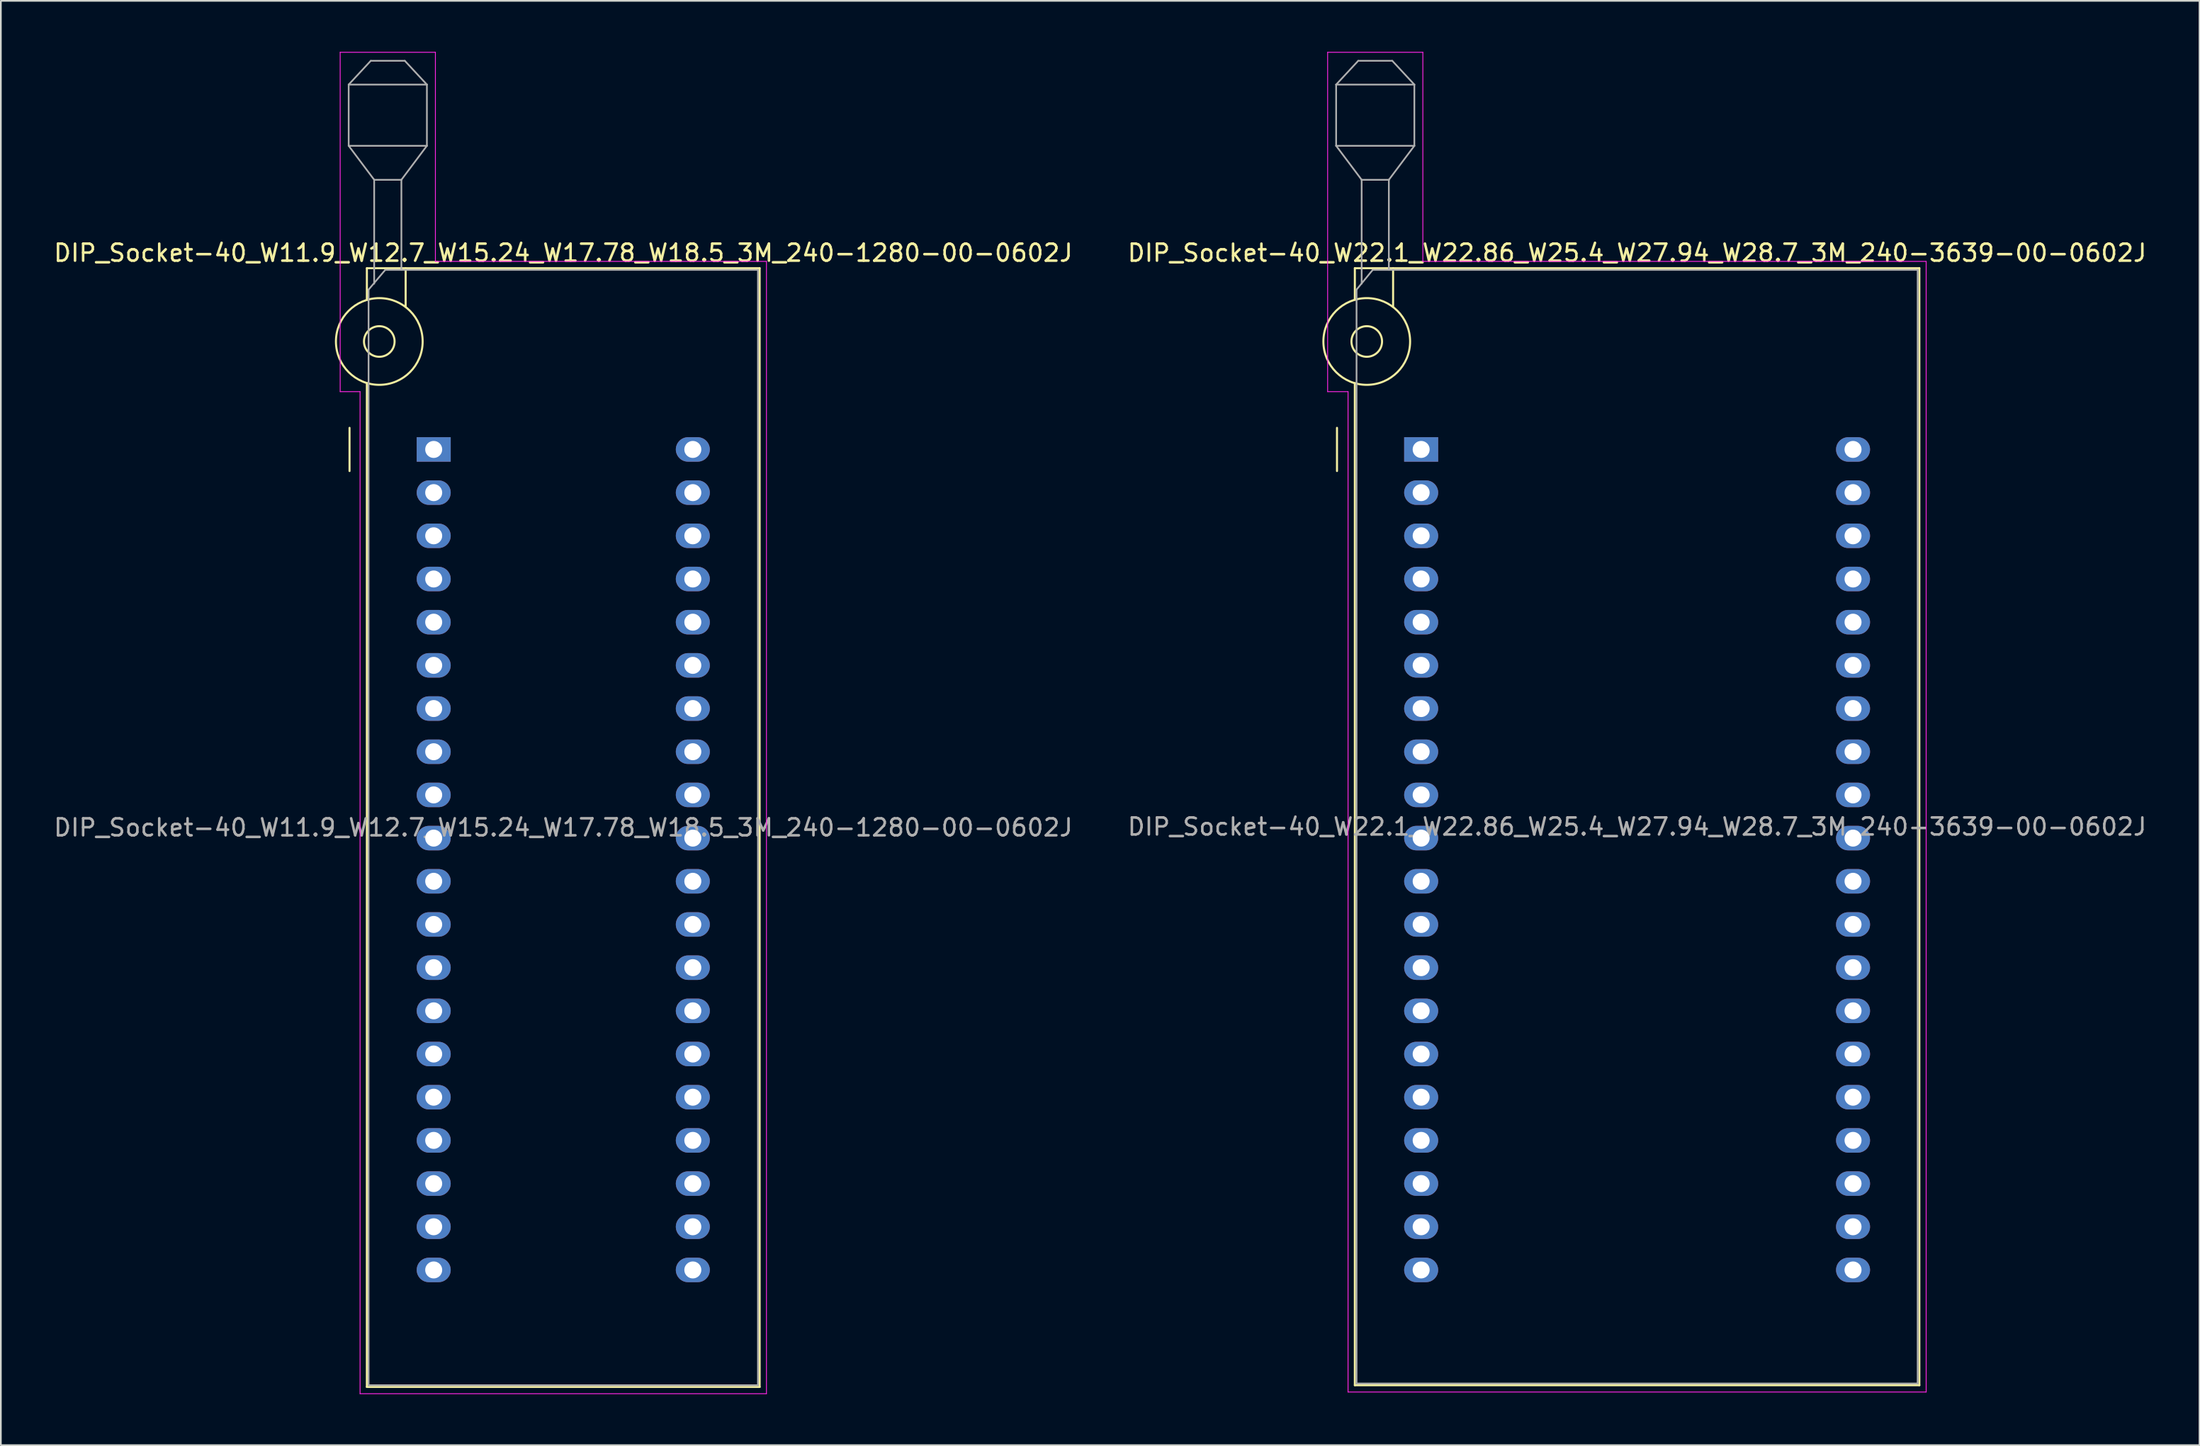
<source format=kicad_pcb>
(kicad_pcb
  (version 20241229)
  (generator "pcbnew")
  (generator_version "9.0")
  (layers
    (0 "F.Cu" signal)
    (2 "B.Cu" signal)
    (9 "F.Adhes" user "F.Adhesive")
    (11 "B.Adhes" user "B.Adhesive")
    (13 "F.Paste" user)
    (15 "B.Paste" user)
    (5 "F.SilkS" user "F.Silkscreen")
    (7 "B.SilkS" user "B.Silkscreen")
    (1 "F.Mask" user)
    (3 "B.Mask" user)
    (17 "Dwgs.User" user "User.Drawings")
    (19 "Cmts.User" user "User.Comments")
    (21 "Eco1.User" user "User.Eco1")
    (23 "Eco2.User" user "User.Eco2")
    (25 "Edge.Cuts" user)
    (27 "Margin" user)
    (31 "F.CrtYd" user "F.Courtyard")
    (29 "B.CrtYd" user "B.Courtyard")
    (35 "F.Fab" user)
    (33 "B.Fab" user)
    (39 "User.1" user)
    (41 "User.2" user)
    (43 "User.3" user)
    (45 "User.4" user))
  (footprint "DIP_Socket-40_W11.9_W12.7_W15.24_W17.78_W18.5_3M_240-1280-00-0602J"
    (layer "F.Cu")
    (at 22.457 23.385)
    (property "Reference" "DIP_Socket-40_W11.9_W12.7_W15.24_W17.78_W18.5_3M_240-1280-00-0602J" (at 7.62 -11.56 0) (layer "F.SilkS") (effects (font (size 1 1) (thickness 0.15))))
    (attr through_hole)
    (fp_line (start -4.95 1.27) (end -4.95 -1.27) (stroke (width 0.12) (type solid)) (layer "F.SilkS"))
    (fp_line (start -3.93 -10.66) (end -3.93 -8.8) (stroke (width 0.12) (type solid)) (layer "F.SilkS"))
    (fp_line (start -3.93 -3.9) (end -3.93 55.14) (stroke (width 0.12) (type solid)) (layer "F.SilkS"))
    (fp_line (start -3.93 55.14) (end 19.17 55.14) (stroke (width 0.12) (type solid)) (layer "F.SilkS"))
    (fp_line (start -1.65 -10.66) (end -1.65 -8.4) (stroke (width 0.12) (type solid)) (layer "F.SilkS"))
    (fp_line (start 19.17 -10.66) (end -3.93 -10.66) (stroke (width 0.12) (type solid)) (layer "F.SilkS"))
    (fp_line (start 19.17 55.14) (end 19.17 -10.66) (stroke (width 0.12) (type solid)) (layer "F.SilkS"))
    (fp_circle (center -3.2 -6.35) (end -2.3 -6.35) (stroke (width 0.12) (type solid)) (fill no) (layer "F.SilkS"))
    (fp_circle (center -3.2 -6.35) (end -0.65 -6.35) (stroke (width 0.12) (type solid)) (fill no) (layer "F.SilkS"))
    (fp_line (start -5.5 -23.36) (end 0.1 -23.36) (stroke (width 0.05) (type solid)) (layer "F.CrtYd"))
    (fp_line (start -5.5 -3.4) (end -5.5 -23.36) (stroke (width 0.05) (type solid)) (layer "F.CrtYd"))
    (fp_line (start -4.33 -3.4) (end -5.5 -3.4) (stroke (width 0.05) (type solid)) (layer "F.CrtYd"))
    (fp_line (start -4.33 55.54) (end -4.33 -3.4) (stroke (width 0.05) (type solid)) (layer "F.CrtYd"))
    (fp_line (start 0.1 -23.36) (end 0.1 -11.06) (stroke (width 0.05) (type solid)) (layer "F.CrtYd"))
    (fp_line (start 0.1 -11.06) (end 19.57 -11.06) (stroke (width 0.05) (type solid)) (layer "F.CrtYd"))
    (fp_line (start 19.57 -11.06) (end 19.57 55.54) (stroke (width 0.05) (type solid)) (layer "F.CrtYd"))
    (fp_line (start 19.57 55.54) (end -4.33 55.54) (stroke (width 0.05) (type solid)) (layer "F.CrtYd"))
    (fp_line (start -5 -21.46) (end -5 -17.86) (stroke (width 0.1) (type solid)) (layer "F.Fab"))
    (fp_line (start -5 -21.46) (end -3.7 -22.86) (stroke (width 0.1) (type solid)) (layer "F.Fab"))
    (fp_line (start -5 -17.86) (end -3.5 -15.86) (stroke (width 0.1) (type solid)) (layer "F.Fab"))
    (fp_line (start -5 -17.86) (end -0.4 -17.86) (stroke (width 0.1) (type solid)) (layer "F.Fab"))
    (fp_line (start -3.83 -9.4) (end -2.85 -10.56) (stroke (width 0.1) (type solid)) (layer "F.Fab"))
    (fp_line (start -3.83 55.04) (end -3.83 -9.4) (stroke (width 0.1) (type solid)) (layer "F.Fab"))
    (fp_line (start -3.7 -22.86) (end -1.7 -22.86) (stroke (width 0.1) (type solid)) (layer "F.Fab"))
    (fp_line (start -3.5 -15.86) (end -1.9 -15.86) (stroke (width 0.1) (type solid)) (layer "F.Fab"))
    (fp_line (start -3.5 -9.75) (end -3.5 -15.86) (stroke (width 0.1) (type solid)) (layer "F.Fab"))
    (fp_line (start -2.85 -10.56) (end 19.07 -10.56) (stroke (width 0.1) (type solid)) (layer "F.Fab"))
    (fp_line (start -1.9 -15.86) (end -1.9 -10.56) (stroke (width 0.1) (type solid)) (layer "F.Fab"))
    (fp_line (start -1.7 -22.86) (end -0.4 -21.46) (stroke (width 0.1) (type solid)) (layer "F.Fab"))
    (fp_line (start -0.4 -21.46) (end -5 -21.46) (stroke (width 0.1) (type solid)) (layer "F.Fab"))
    (fp_line (start -0.4 -17.86) (end -1.9 -15.86) (stroke (width 0.1) (type solid)) (layer "F.Fab"))
    (fp_line (start -0.4 -17.86) (end -0.4 -21.46) (stroke (width 0.1) (type solid)) (layer "F.Fab"))
    (fp_line (start 19.07 -10.56) (end 19.07 55.04) (stroke (width 0.1) (type solid)) (layer "F.Fab"))
    (fp_line (start 19.07 55.04) (end -3.83 55.04) (stroke (width 0.1) (type solid)) (layer "F.Fab"))
    (fp_text user "${REFERENCE}" (at 7.62 22.24 0) (layer "F.Fab") (effects (font (size 1 1) (thickness 0.15))))
    (pad "1" thru_hole rect (at 0 0) (size 2 1.44) (drill 1) (layers "*.Cu" "*.Mask"))
    (pad "2" thru_hole oval (at 0 2.54) (size 2 1.44) (drill 1) (layers "*.Cu" "*.Mask"))
    (pad "3" thru_hole oval (at 0 5.08) (size 2 1.44) (drill 1) (layers "*.Cu" "*.Mask"))
    (pad "4" thru_hole oval (at 0 7.62) (size 2 1.44) (drill 1) (layers "*.Cu" "*.Mask"))
    (pad "5" thru_hole oval (at 0 10.16) (size 2 1.44) (drill 1) (layers "*.Cu" "*.Mask"))
    (pad "6" thru_hole oval (at 0 12.7) (size 2 1.44) (drill 1) (layers "*.Cu" "*.Mask"))
    (pad "7" thru_hole oval (at 0 15.24) (size 2 1.44) (drill 1) (layers "*.Cu" "*.Mask"))
    (pad "8" thru_hole oval (at 0 17.78) (size 2 1.44) (drill 1) (layers "*.Cu" "*.Mask"))
    (pad "9" thru_hole oval (at 0 20.32) (size 2 1.44) (drill 1) (layers "*.Cu" "*.Mask"))
    (pad "10" thru_hole oval (at 0 22.86) (size 2 1.44) (drill 1) (layers "*.Cu" "*.Mask"))
    (pad "11" thru_hole oval (at 0 25.4) (size 2 1.44) (drill 1) (layers "*.Cu" "*.Mask"))
    (pad "12" thru_hole oval (at 0 27.94) (size 2 1.44) (drill 1) (layers "*.Cu" "*.Mask"))
    (pad "13" thru_hole oval (at 0 30.48) (size 2 1.44) (drill 1) (layers "*.Cu" "*.Mask"))
    (pad "14" thru_hole oval (at 0 33.02) (size 2 1.44) (drill 1) (layers "*.Cu" "*.Mask"))
    (pad "15" thru_hole oval (at 0 35.56) (size 2 1.44) (drill 1) (layers "*.Cu" "*.Mask"))
    (pad "16" thru_hole oval (at 0 38.1) (size 2 1.44) (drill 1) (layers "*.Cu" "*.Mask"))
    (pad "17" thru_hole oval (at 0 40.64) (size 2 1.44) (drill 1) (layers "*.Cu" "*.Mask"))
    (pad "18" thru_hole oval (at 0 43.18) (size 2 1.44) (drill 1) (layers "*.Cu" "*.Mask"))
    (pad "19" thru_hole oval (at 0 45.72) (size 2 1.44) (drill 1) (layers "*.Cu" "*.Mask"))
    (pad "20" thru_hole oval (at 0 48.26) (size 2 1.44) (drill 1) (layers "*.Cu" "*.Mask"))
    (pad "21" thru_hole oval (at 15.24 48.26) (size 2 1.44) (drill 1) (layers "*.Cu" "*.Mask"))
    (pad "22" thru_hole oval (at 15.24 45.72) (size 2 1.44) (drill 1) (layers "*.Cu" "*.Mask"))
    (pad "23" thru_hole oval (at 15.24 43.18) (size 2 1.44) (drill 1) (layers "*.Cu" "*.Mask"))
    (pad "24" thru_hole oval (at 15.24 40.64) (size 2 1.44) (drill 1) (layers "*.Cu" "*.Mask"))
    (pad "25" thru_hole oval (at 15.24 38.1) (size 2 1.44) (drill 1) (layers "*.Cu" "*.Mask"))
    (pad "26" thru_hole oval (at 15.24 35.56) (size 2 1.44) (drill 1) (layers "*.Cu" "*.Mask"))
    (pad "27" thru_hole oval (at 15.24 33.02) (size 2 1.44) (drill 1) (layers "*.Cu" "*.Mask"))
    (pad "28" thru_hole oval (at 15.24 30.48) (size 2 1.44) (drill 1) (layers "*.Cu" "*.Mask"))
    (pad "29" thru_hole oval (at 15.24 27.94) (size 2 1.44) (drill 1) (layers "*.Cu" "*.Mask"))
    (pad "30" thru_hole oval (at 15.24 25.4) (size 2 1.44) (drill 1) (layers "*.Cu" "*.Mask"))
    (pad "31" thru_hole oval (at 15.24 22.86) (size 2 1.44) (drill 1) (layers "*.Cu" "*.Mask"))
    (pad "32" thru_hole oval (at 15.24 20.32) (size 2 1.44) (drill 1) (layers "*.Cu" "*.Mask"))
    (pad "33" thru_hole oval (at 15.24 17.78) (size 2 1.44) (drill 1) (layers "*.Cu" "*.Mask"))
    (pad "34" thru_hole oval (at 15.24 15.24) (size 2 1.44) (drill 1) (layers "*.Cu" "*.Mask"))
    (pad "35" thru_hole oval (at 15.24 12.7) (size 2 1.44) (drill 1) (layers "*.Cu" "*.Mask"))
    (pad "36" thru_hole oval (at 15.24 10.16) (size 2 1.44) (drill 1) (layers "*.Cu" "*.Mask"))
    (pad "37" thru_hole oval (at 15.24 7.62) (size 2 1.44) (drill 1) (layers "*.Cu" "*.Mask"))
    (pad "38" thru_hole oval (at 15.24 5.08) (size 2 1.44) (drill 1) (layers "*.Cu" "*.Mask"))
    (pad "39" thru_hole oval (at 15.24 2.54) (size 2 1.44) (drill 1) (layers "*.Cu" "*.Mask"))
    (pad "40" thru_hole oval (at 15.24 0) (size 2 1.44) (drill 1) (layers "*.Cu" "*.Mask")))
  (footprint "DIP_Socket-40_W22.1_W22.86_W25.4_W27.94_W28.7_3M_240-3639-00-0602J"
    (layer "F.Cu")
    (at 80.532 23.385)
    (property "Reference" "DIP_Socket-40_W22.1_W22.86_W25.4_W27.94_W28.7_3M_240-3639-00-0602J" (at 12.7 -11.56 0) (layer "F.SilkS") (effects (font (size 1 1) (thickness 0.15))))
    (attr through_hole)
    (fp_line (start -4.95 1.27) (end -4.95 -1.27) (stroke (width 0.12) (type solid)) (layer "F.SilkS"))
    (fp_line (start -3.9 -10.66) (end -3.9 -8.8) (stroke (width 0.12) (type solid)) (layer "F.SilkS"))
    (fp_line (start -3.9 -3.9) (end -3.9 55.04) (stroke (width 0.12) (type solid)) (layer "F.SilkS"))
    (fp_line (start -3.9 55.04) (end 29.3 55.04) (stroke (width 0.12) (type solid)) (layer "F.SilkS"))
    (fp_line (start -1.65 -10.66) (end -1.65 -8.4) (stroke (width 0.12) (type solid)) (layer "F.SilkS"))
    (fp_line (start 29.3 -10.66) (end -3.9 -10.66) (stroke (width 0.12) (type solid)) (layer "F.SilkS"))
    (fp_line (start 29.3 55.04) (end 29.3 -10.66) (stroke (width 0.12) (type solid)) (layer "F.SilkS"))
    (fp_circle (center -3.2 -6.35) (end -2.3 -6.35) (stroke (width 0.12) (type solid)) (fill no) (layer "F.SilkS"))
    (fp_circle (center -3.2 -6.35) (end -0.65 -6.35) (stroke (width 0.12) (type solid)) (fill no) (layer "F.SilkS"))
    (fp_line (start -5.5 -23.36) (end 0.1 -23.36) (stroke (width 0.05) (type solid)) (layer "F.CrtYd"))
    (fp_line (start -5.5 -3.4) (end -5.5 -23.36) (stroke (width 0.05) (type solid)) (layer "F.CrtYd"))
    (fp_line (start -4.3 -3.4) (end -5.5 -3.4) (stroke (width 0.05) (type solid)) (layer "F.CrtYd"))
    (fp_line (start -4.3 55.44) (end -4.3 -3.4) (stroke (width 0.05) (type solid)) (layer "F.CrtYd"))
    (fp_line (start 0.1 -23.36) (end 0.1 -11.06) (stroke (width 0.05) (type solid)) (layer "F.CrtYd"))
    (fp_line (start 0.1 -11.06) (end 29.7 -11.06) (stroke (width 0.05) (type solid)) (layer "F.CrtYd"))
    (fp_line (start 29.7 -11.06) (end 29.7 55.44) (stroke (width 0.05) (type solid)) (layer "F.CrtYd"))
    (fp_line (start 29.7 55.44) (end -4.3 55.44) (stroke (width 0.05) (type solid)) (layer "F.CrtYd"))
    (fp_line (start -5 -21.46) (end -5 -17.86) (stroke (width 0.1) (type solid)) (layer "F.Fab"))
    (fp_line (start -5 -21.46) (end -3.7 -22.86) (stroke (width 0.1) (type solid)) (layer "F.Fab"))
    (fp_line (start -5 -17.86) (end -3.5 -15.86) (stroke (width 0.1) (type solid)) (layer "F.Fab"))
    (fp_line (start -5 -17.86) (end -0.4 -17.86) (stroke (width 0.1) (type solid)) (layer "F.Fab"))
    (fp_line (start -3.8 -9.4) (end -2.85 -10.56) (stroke (width 0.1) (type solid)) (layer "F.Fab"))
    (fp_line (start -3.8 54.94) (end -3.8 -9.4) (stroke (width 0.1) (type solid)) (layer "F.Fab"))
    (fp_line (start -3.7 -22.86) (end -1.7 -22.86) (stroke (width 0.1) (type solid)) (layer "F.Fab"))
    (fp_line (start -3.5 -15.86) (end -1.9 -15.86) (stroke (width 0.1) (type solid)) (layer "F.Fab"))
    (fp_line (start -3.5 -9.75) (end -3.5 -15.86) (stroke (width 0.1) (type solid)) (layer "F.Fab"))
    (fp_line (start -2.85 -10.56) (end 29.2 -10.56) (stroke (width 0.1) (type solid)) (layer "F.Fab"))
    (fp_line (start -1.9 -15.86) (end -1.9 -10.56) (stroke (width 0.1) (type solid)) (layer "F.Fab"))
    (fp_line (start -1.7 -22.86) (end -0.4 -21.46) (stroke (width 0.1) (type solid)) (layer "F.Fab"))
    (fp_line (start -0.4 -21.46) (end -5 -21.46) (stroke (width 0.1) (type solid)) (layer "F.Fab"))
    (fp_line (start -0.4 -17.86) (end -1.9 -15.86) (stroke (width 0.1) (type solid)) (layer "F.Fab"))
    (fp_line (start -0.4 -17.86) (end -0.4 -21.46) (stroke (width 0.1) (type solid)) (layer "F.Fab"))
    (fp_line (start 29.2 -10.56) (end 29.2 54.94) (stroke (width 0.1) (type solid)) (layer "F.Fab"))
    (fp_line (start 29.2 54.94) (end -3.8 54.94) (stroke (width 0.1) (type solid)) (layer "F.Fab"))
    (fp_text user "${REFERENCE}" (at 12.7 22.19 0) (layer "F.Fab") (effects (font (size 1 1) (thickness 0.15))))
    (pad "1" thru_hole rect (at 0 0) (size 2 1.44) (drill 1) (layers "*.Cu" "*.Mask"))
    (pad "2" thru_hole oval (at 0 2.54) (size 2 1.44) (drill 1) (layers "*.Cu" "*.Mask"))
    (pad "3" thru_hole oval (at 0 5.08) (size 2 1.44) (drill 1) (layers "*.Cu" "*.Mask"))
    (pad "4" thru_hole oval (at 0 7.62) (size 2 1.44) (drill 1) (layers "*.Cu" "*.Mask"))
    (pad "5" thru_hole oval (at 0 10.16) (size 2 1.44) (drill 1) (layers "*.Cu" "*.Mask"))
    (pad "6" thru_hole oval (at 0 12.7) (size 2 1.44) (drill 1) (layers "*.Cu" "*.Mask"))
    (pad "7" thru_hole oval (at 0 15.24) (size 2 1.44) (drill 1) (layers "*.Cu" "*.Mask"))
    (pad "8" thru_hole oval (at 0 17.78) (size 2 1.44) (drill 1) (layers "*.Cu" "*.Mask"))
    (pad "9" thru_hole oval (at 0 20.32) (size 2 1.44) (drill 1) (layers "*.Cu" "*.Mask"))
    (pad "10" thru_hole oval (at 0 22.86) (size 2 1.44) (drill 1) (layers "*.Cu" "*.Mask"))
    (pad "11" thru_hole oval (at 0 25.4) (size 2 1.44) (drill 1) (layers "*.Cu" "*.Mask"))
    (pad "12" thru_hole oval (at 0 27.94) (size 2 1.44) (drill 1) (layers "*.Cu" "*.Mask"))
    (pad "13" thru_hole oval (at 0 30.48) (size 2 1.44) (drill 1) (layers "*.Cu" "*.Mask"))
    (pad "14" thru_hole oval (at 0 33.02) (size 2 1.44) (drill 1) (layers "*.Cu" "*.Mask"))
    (pad "15" thru_hole oval (at 0 35.56) (size 2 1.44) (drill 1) (layers "*.Cu" "*.Mask"))
    (pad "16" thru_hole oval (at 0 38.1) (size 2 1.44) (drill 1) (layers "*.Cu" "*.Mask"))
    (pad "17" thru_hole oval (at 0 40.64) (size 2 1.44) (drill 1) (layers "*.Cu" "*.Mask"))
    (pad "18" thru_hole oval (at 0 43.18) (size 2 1.44) (drill 1) (layers "*.Cu" "*.Mask"))
    (pad "19" thru_hole oval (at 0 45.72) (size 2 1.44) (drill 1) (layers "*.Cu" "*.Mask"))
    (pad "20" thru_hole oval (at 0 48.26) (size 2 1.44) (drill 1) (layers "*.Cu" "*.Mask"))
    (pad "21" thru_hole oval (at 25.4 48.26) (size 2 1.44) (drill 1) (layers "*.Cu" "*.Mask"))
    (pad "22" thru_hole oval (at 25.4 45.72) (size 2 1.44) (drill 1) (layers "*.Cu" "*.Mask"))
    (pad "23" thru_hole oval (at 25.4 43.18) (size 2 1.44) (drill 1) (layers "*.Cu" "*.Mask"))
    (pad "24" thru_hole oval (at 25.4 40.64) (size 2 1.44) (drill 1) (layers "*.Cu" "*.Mask"))
    (pad "25" thru_hole oval (at 25.4 38.1) (size 2 1.44) (drill 1) (layers "*.Cu" "*.Mask"))
    (pad "26" thru_hole oval (at 25.4 35.56) (size 2 1.44) (drill 1) (layers "*.Cu" "*.Mask"))
    (pad "27" thru_hole oval (at 25.4 33.02) (size 2 1.44) (drill 1) (layers "*.Cu" "*.Mask"))
    (pad "28" thru_hole oval (at 25.4 30.48) (size 2 1.44) (drill 1) (layers "*.Cu" "*.Mask"))
    (pad "29" thru_hole oval (at 25.4 27.94) (size 2 1.44) (drill 1) (layers "*.Cu" "*.Mask"))
    (pad "30" thru_hole oval (at 25.4 25.4) (size 2 1.44) (drill 1) (layers "*.Cu" "*.Mask"))
    (pad "31" thru_hole oval (at 25.4 22.86) (size 2 1.44) (drill 1) (layers "*.Cu" "*.Mask"))
    (pad "32" thru_hole oval (at 25.4 20.32) (size 2 1.44) (drill 1) (layers "*.Cu" "*.Mask"))
    (pad "33" thru_hole oval (at 25.4 17.78) (size 2 1.44) (drill 1) (layers "*.Cu" "*.Mask"))
    (pad "34" thru_hole oval (at 25.4 15.24) (size 2 1.44) (drill 1) (layers "*.Cu" "*.Mask"))
    (pad "35" thru_hole oval (at 25.4 12.7) (size 2 1.44) (drill 1) (layers "*.Cu" "*.Mask"))
    (pad "36" thru_hole oval (at 25.4 10.16) (size 2 1.44) (drill 1) (layers "*.Cu" "*.Mask"))
    (pad "37" thru_hole oval (at 25.4 7.62) (size 2 1.44) (drill 1) (layers "*.Cu" "*.Mask"))
    (pad "38" thru_hole oval (at 25.4 5.08) (size 2 1.44) (drill 1) (layers "*.Cu" "*.Mask"))
    (pad "39" thru_hole oval (at 25.4 2.54) (size 2 1.44) (drill 1) (layers "*.Cu" "*.Mask"))
    (pad "40" thru_hole oval (at 25.4 0) (size 2 1.44) (drill 1) (layers "*.Cu" "*.Mask")))
  (gr_rect
    (start -3 -3)
    (end 126.31 81.95)
    (stroke (width 0.1) (type default))
    (fill no)
    (layer "Edge.Cuts")))
</source>
